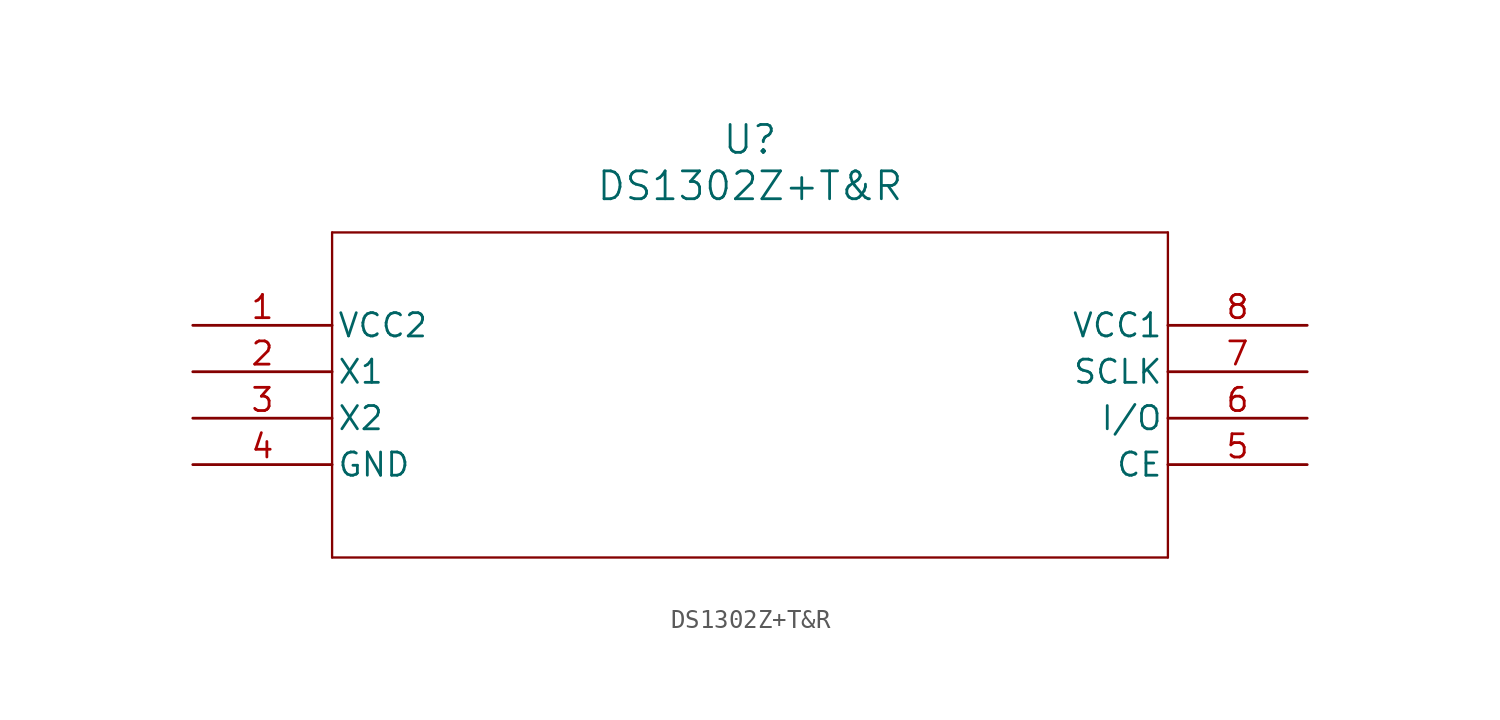
<source format=kicad_sym>
(kicad_symbol_lib
  (version 20211014)
  (generator kicad_symbol_editor)
  (symbol "DS1302Z+T&R"
    (pin_names
      (offset 0.254))
    (property "Reference" "U"
      (at 30.48 10.16 0)
      (effects (font (size 1.524 1.524))))
    (property "Value" "DS1302Z+T&R"
      (at 30.48 7.62 0)
      (effects (font (size 1.524 1.524))))
    (symbol "DS1302Z+T&R_0_1"
      (polyline (pts (xy 7.62 5.08) (xy 7.62 -12.7)) (stroke (width 0.127) (type default) (color 0 0 0 0)) (fill (type none)))
      (polyline (pts (xy 7.62 -12.7) (xy 53.34 -12.7)) (stroke (width 0.127) (type default) (color 0 0 0 0)) (fill (type none)))
      (polyline (pts (xy 53.34 -12.7) (xy 53.34 5.08)) (stroke (width 0.127) (type default) (color 0 0 0 0)) (fill (type none)))
      (polyline (pts (xy 53.34 5.08) (xy 7.62 5.08)) (stroke (width 0.127) (type default) (color 0 0 0 0)) (fill (type none)))
      (pin power_in line (at 0 0 0) (length 7.62) (name "VCC2" (effects (font (size 1.27 1.27)))) (number "1" (effects (font (size 1.27 1.27)))))
      (pin unspecified line (at 0 -2.54 0) (length 7.62) (name "X1" (effects (font (size 1.27 1.27)))) (number "2" (effects (font (size 1.27 1.27)))))
      (pin unspecified line (at 0 -5.08 0) (length 7.62) (name "X2" (effects (font (size 1.27 1.27)))) (number "3" (effects (font (size 1.27 1.27)))))
      (pin power_in line (at 0 -7.62 0) (length 7.62) (name "GND" (effects (font (size 1.27 1.27)))) (number "4" (effects (font (size 1.27 1.27)))))
      (pin unspecified line (at 60.96 -7.62 180) (length 7.62) (name "CE" (effects (font (size 1.27 1.27)))) (number "5" (effects (font (size 1.27 1.27)))))
      (pin unspecified line (at 60.96 -5.08 180) (length 7.62) (name "I/O" (effects (font (size 1.27 1.27)))) (number "6" (effects (font (size 1.27 1.27)))))
      (pin unspecified line (at 60.96 -2.54 180) (length 7.62) (name "SCLK" (effects (font (size 1.27 1.27)))) (number "7" (effects (font (size 1.27 1.27)))))
      (pin power_in line (at 60.96 0 180) (length 7.62) (name "VCC1" (effects (font (size 1.27 1.27)))) (number "8" (effects (font (size 1.27 1.27))))))))
</source>
